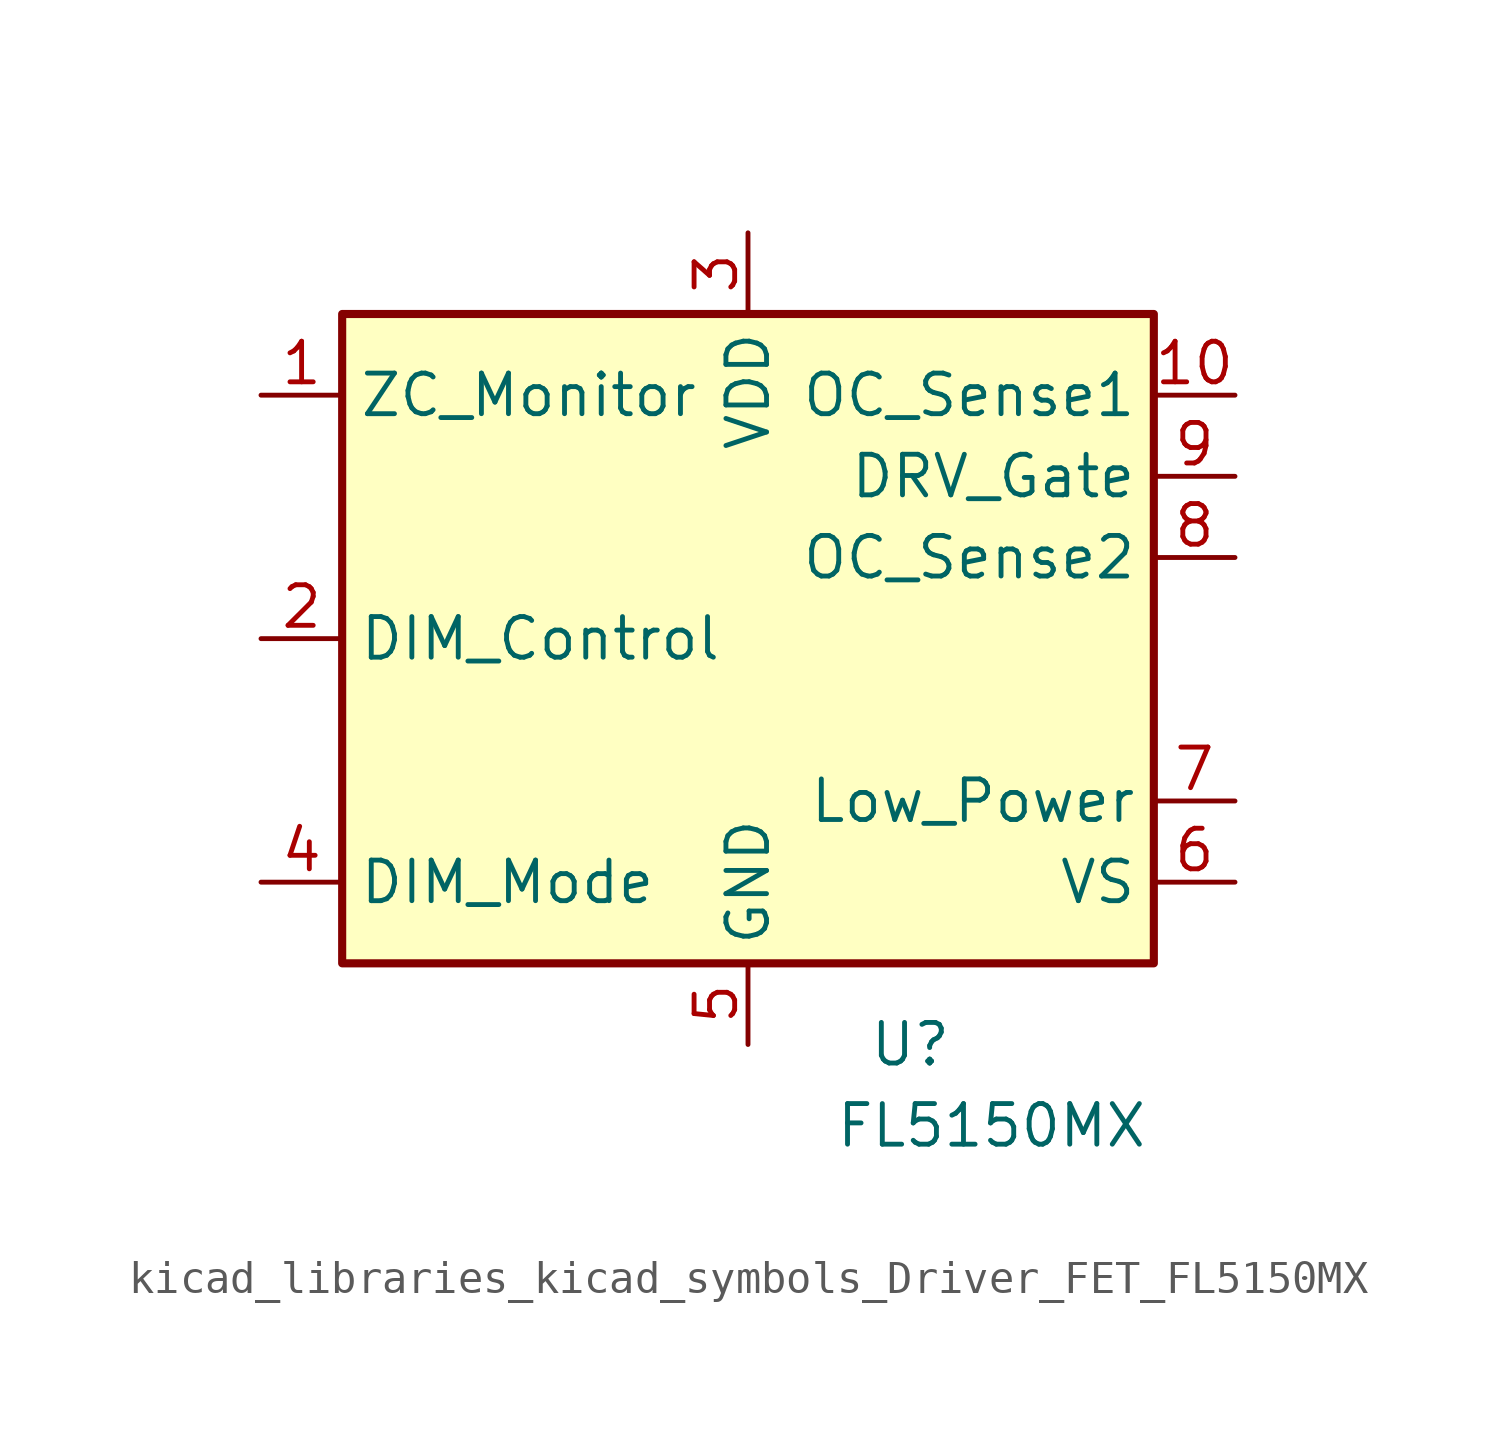
<source format=kicad_sym>
(kicad_symbol_lib
  (version 20220914)
  (generator kicad_symbol_editor)
  (symbol "kicad_libraries_kicad_symbols_Driver_FET_FL5150MX"
    (property "Reference" "U"
      (at 5.08 -12.7 0)
      (effects (font (size 1.27 1.27))))
    (property "Value" "FL5150MX"
      (at 7.62 -15.24 0)
      (effects (font (size 1.27 1.27))))
    (symbol "kicad_libraries_kicad_symbols_Driver_FET_FL5150MX_0_1"
      (rectangle (start -12.7 10.16) (end 12.7 -10.16) (stroke (width 0.254) (type default)) (fill (type background))))
    (symbol "kicad_libraries_kicad_symbols_Driver_FET_FL5150MX_1_1"
      (pin input line (at -15.24 7.62 0) (length 2.54) (name "ZC_Monitor" (effects (font (size 1.27 1.27)))) (number "1" (effects (font (size 1.27 1.27)))))
      (pin input line (at 15.24 7.62 180) (length 2.54) (name "OC_Sense1" (effects (font (size 1.27 1.27)))) (number "10" (effects (font (size 1.27 1.27)))))
      (pin input line (at -15.24 0 0) (length 2.54) (name "DIM_Control" (effects (font (size 1.27 1.27)))) (number "2" (effects (font (size 1.27 1.27)))))
      (pin power_out line (at 0 12.7 270) (length 2.54) (name "VDD" (effects (font (size 1.27 1.27)))) (number "3" (effects (font (size 1.27 1.27)))))
      (pin input line (at -15.24 -7.62 0) (length 2.54) (name "DIM_Mode" (effects (font (size 1.27 1.27)))) (number "4" (effects (font (size 1.27 1.27)))))
      (pin power_out line (at 0 -12.7 90) (length 2.54) (name "GND" (effects (font (size 1.27 1.27)))) (number "5" (effects (font (size 1.27 1.27)))))
      (pin power_in line (at 15.24 -7.62 180) (length 2.54) (name "VS" (effects (font (size 1.27 1.27)))) (number "6" (effects (font (size 1.27 1.27)))))
      (pin input line (at 15.24 -5.08 180) (length 2.54) (name "Low_Power" (effects (font (size 1.27 1.27)))) (number "7" (effects (font (size 1.27 1.27)))))
      (pin input line (at 15.24 2.54 180) (length 2.54) (name "OC_Sense2" (effects (font (size 1.27 1.27)))) (number "8" (effects (font (size 1.27 1.27)))))
      (pin output line (at 15.24 5.08 180) (length 2.54) (name "DRV_Gate" (effects (font (size 1.27 1.27)))) (number "9" (effects (font (size 1.27 1.27))))))))
</source>
